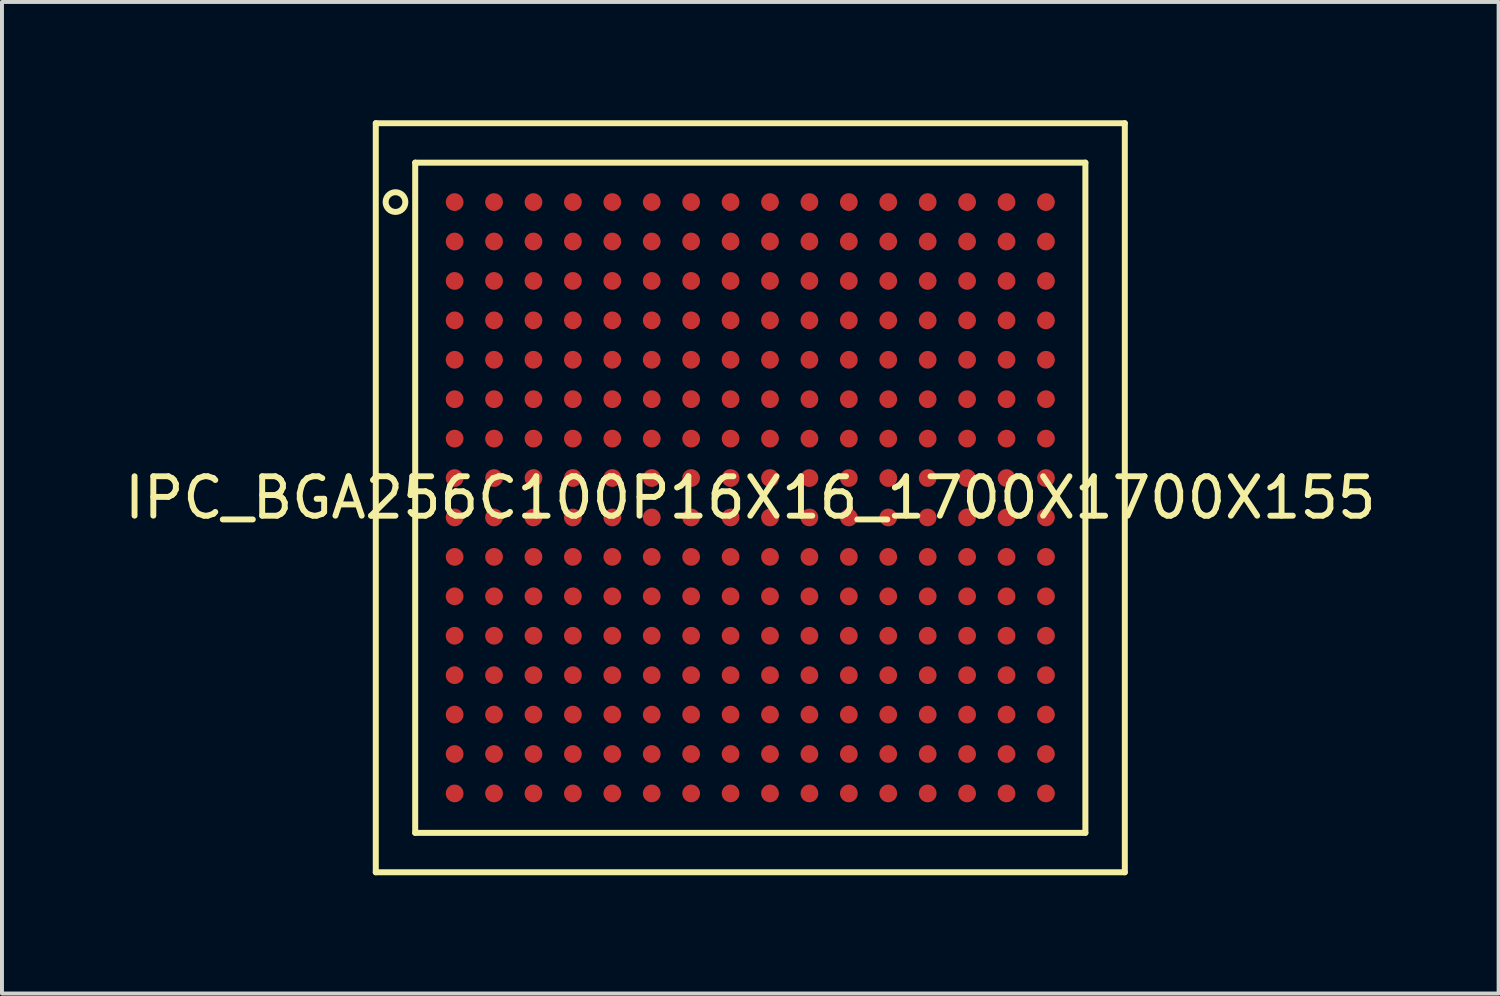
<source format=kicad_pcb>
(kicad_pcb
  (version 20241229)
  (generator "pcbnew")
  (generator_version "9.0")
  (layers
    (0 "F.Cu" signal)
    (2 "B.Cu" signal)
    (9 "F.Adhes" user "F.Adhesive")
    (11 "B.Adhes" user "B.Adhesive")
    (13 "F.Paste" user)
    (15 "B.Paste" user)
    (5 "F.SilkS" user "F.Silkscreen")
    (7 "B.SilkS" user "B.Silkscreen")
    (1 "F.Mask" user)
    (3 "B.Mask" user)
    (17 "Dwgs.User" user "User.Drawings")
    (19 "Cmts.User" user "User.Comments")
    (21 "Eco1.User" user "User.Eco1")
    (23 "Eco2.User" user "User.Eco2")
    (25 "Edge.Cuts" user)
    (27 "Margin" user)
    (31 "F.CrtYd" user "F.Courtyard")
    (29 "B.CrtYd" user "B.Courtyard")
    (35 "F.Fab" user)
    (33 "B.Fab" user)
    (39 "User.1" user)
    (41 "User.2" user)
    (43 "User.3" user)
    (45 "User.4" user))
  (footprint "IPC_BGA256C100P16X16_1700X1700X155"
    (layer "F.Cu")
    (at 15.982 9.576)
    (property "Reference" "IPC_BGA256C100P16X16_1700X1700X155" (at 0 0 0) (layer "F.SilkS") (effects (font (size 1 1) (thickness 0.15))))
    (attr through_hole)
    (fp_line (start -9.5 -9.5) (end 9.5 -9.5) (stroke (width 0.152) (type solid)) (layer "F.SilkS"))
    (fp_line (start -9.5 9.5) (end -9.5 -9.5) (stroke (width 0.152) (type solid)) (layer "F.SilkS"))
    (fp_line (start -8.5 -8.5) (end 8.5 -8.5) (stroke (width 0.152) (type solid)) (layer "F.SilkS"))
    (fp_line (start -8.5 8.5) (end -8.5 -8.5) (stroke (width 0.152) (type solid)) (layer "F.SilkS"))
    (fp_line (start 8.5 -8.5) (end 8.5 8.5) (stroke (width 0.152) (type solid)) (layer "F.SilkS"))
    (fp_line (start 8.5 8.5) (end -8.5 8.5) (stroke (width 0.152) (type solid)) (layer "F.SilkS"))
    (fp_line (start 9.5 -9.5) (end 9.5 9.5) (stroke (width 0.152) (type solid)) (layer "F.SilkS"))
    (fp_line (start 9.5 9.5) (end -9.5 9.5) (stroke (width 0.152) (type solid)) (layer "F.SilkS"))
    (fp_circle (center -9 -7.5) (end -8.75 -7.5) (stroke (width 0.152) (type solid)) (fill no) (layer "F.SilkS"))
    (pad "A1" smd circle (at -7.5 -7.5) (size 0.45 0.45) (layers "F.Cu" "F.Mask" "F.Paste"))
    (pad "A2" smd circle (at -6.5 -7.5) (size 0.45 0.45) (layers "F.Cu" "F.Mask" "F.Paste"))
    (pad "A3" smd circle (at -5.5 -7.5) (size 0.45 0.45) (layers "F.Cu" "F.Mask" "F.Paste"))
    (pad "A4" smd circle (at -4.5 -7.5) (size 0.45 0.45) (layers "F.Cu" "F.Mask" "F.Paste"))
    (pad "A5" smd circle (at -3.5 -7.5) (size 0.45 0.45) (layers "F.Cu" "F.Mask" "F.Paste"))
    (pad "A6" smd circle (at -2.5 -7.5) (size 0.45 0.45) (layers "F.Cu" "F.Mask" "F.Paste"))
    (pad "A7" smd circle (at -1.5 -7.5) (size 0.45 0.45) (layers "F.Cu" "F.Mask" "F.Paste"))
    (pad "A8" smd circle (at -0.5 -7.5) (size 0.45 0.45) (layers "F.Cu" "F.Mask" "F.Paste"))
    (pad "A9" smd circle (at 0.5 -7.5) (size 0.45 0.45) (layers "F.Cu" "F.Mask" "F.Paste"))
    (pad "A10" smd circle (at 1.5 -7.5) (size 0.45 0.45) (layers "F.Cu" "F.Mask" "F.Paste"))
    (pad "A11" smd circle (at 2.5 -7.5) (size 0.45 0.45) (layers "F.Cu" "F.Mask" "F.Paste"))
    (pad "A12" smd circle (at 3.5 -7.5) (size 0.45 0.45) (layers "F.Cu" "F.Mask" "F.Paste"))
    (pad "A13" smd circle (at 4.5 -7.5) (size 0.45 0.45) (layers "F.Cu" "F.Mask" "F.Paste"))
    (pad "A14" smd circle (at 5.5 -7.5) (size 0.45 0.45) (layers "F.Cu" "F.Mask" "F.Paste"))
    (pad "A15" smd circle (at 6.5 -7.5) (size 0.45 0.45) (layers "F.Cu" "F.Mask" "F.Paste"))
    (pad "A16" smd circle (at 7.5 -7.5) (size 0.45 0.45) (layers "F.Cu" "F.Mask" "F.Paste"))
    (pad "B1" smd circle (at -7.5 -6.5) (size 0.45 0.45) (layers "F.Cu" "F.Mask" "F.Paste"))
    (pad "B2" smd circle (at -6.5 -6.5) (size 0.45 0.45) (layers "F.Cu" "F.Mask" "F.Paste"))
    (pad "B3" smd circle (at -5.5 -6.5) (size 0.45 0.45) (layers "F.Cu" "F.Mask" "F.Paste"))
    (pad "B4" smd circle (at -4.5 -6.5) (size 0.45 0.45) (layers "F.Cu" "F.Mask" "F.Paste"))
    (pad "B5" smd circle (at -3.5 -6.5) (size 0.45 0.45) (layers "F.Cu" "F.Mask" "F.Paste"))
    (pad "B6" smd circle (at -2.5 -6.5) (size 0.45 0.45) (layers "F.Cu" "F.Mask" "F.Paste"))
    (pad "B7" smd circle (at -1.5 -6.5) (size 0.45 0.45) (layers "F.Cu" "F.Mask" "F.Paste"))
    (pad "B8" smd circle (at -0.5 -6.5) (size 0.45 0.45) (layers "F.Cu" "F.Mask" "F.Paste"))
    (pad "B9" smd circle (at 0.5 -6.5) (size 0.45 0.45) (layers "F.Cu" "F.Mask" "F.Paste"))
    (pad "B10" smd circle (at 1.5 -6.5) (size 0.45 0.45) (layers "F.Cu" "F.Mask" "F.Paste"))
    (pad "B11" smd circle (at 2.5 -6.5) (size 0.45 0.45) (layers "F.Cu" "F.Mask" "F.Paste"))
    (pad "B12" smd circle (at 3.5 -6.5) (size 0.45 0.45) (layers "F.Cu" "F.Mask" "F.Paste"))
    (pad "B13" smd circle (at 4.5 -6.5) (size 0.45 0.45) (layers "F.Cu" "F.Mask" "F.Paste"))
    (pad "B14" smd circle (at 5.5 -6.5) (size 0.45 0.45) (layers "F.Cu" "F.Mask" "F.Paste"))
    (pad "B15" smd circle (at 6.5 -6.5) (size 0.45 0.45) (layers "F.Cu" "F.Mask" "F.Paste"))
    (pad "B16" smd circle (at 7.5 -6.5) (size 0.45 0.45) (layers "F.Cu" "F.Mask" "F.Paste"))
    (pad "C1" smd circle (at -7.5 -5.5) (size 0.45 0.45) (layers "F.Cu" "F.Mask" "F.Paste"))
    (pad "C2" smd circle (at -6.5 -5.5) (size 0.45 0.45) (layers "F.Cu" "F.Mask" "F.Paste"))
    (pad "C3" smd circle (at -5.5 -5.5) (size 0.45 0.45) (layers "F.Cu" "F.Mask" "F.Paste"))
    (pad "C4" smd circle (at -4.5 -5.5) (size 0.45 0.45) (layers "F.Cu" "F.Mask" "F.Paste"))
    (pad "C5" smd circle (at -3.5 -5.5) (size 0.45 0.45) (layers "F.Cu" "F.Mask" "F.Paste"))
    (pad "C6" smd circle (at -2.5 -5.5) (size 0.45 0.45) (layers "F.Cu" "F.Mask" "F.Paste"))
    (pad "C7" smd circle (at -1.5 -5.5) (size 0.45 0.45) (layers "F.Cu" "F.Mask" "F.Paste"))
    (pad "C8" smd circle (at -0.5 -5.5) (size 0.45 0.45) (layers "F.Cu" "F.Mask" "F.Paste"))
    (pad "C9" smd circle (at 0.5 -5.5) (size 0.45 0.45) (layers "F.Cu" "F.Mask" "F.Paste"))
    (pad "C10" smd circle (at 1.5 -5.5) (size 0.45 0.45) (layers "F.Cu" "F.Mask" "F.Paste"))
    (pad "C11" smd circle (at 2.5 -5.5) (size 0.45 0.45) (layers "F.Cu" "F.Mask" "F.Paste"))
    (pad "C12" smd circle (at 3.5 -5.5) (size 0.45 0.45) (layers "F.Cu" "F.Mask" "F.Paste"))
    (pad "C13" smd circle (at 4.5 -5.5) (size 0.45 0.45) (layers "F.Cu" "F.Mask" "F.Paste"))
    (pad "C14" smd circle (at 5.5 -5.5) (size 0.45 0.45) (layers "F.Cu" "F.Mask" "F.Paste"))
    (pad "C15" smd circle (at 6.5 -5.5) (size 0.45 0.45) (layers "F.Cu" "F.Mask" "F.Paste"))
    (pad "C16" smd circle (at 7.5 -5.5) (size 0.45 0.45) (layers "F.Cu" "F.Mask" "F.Paste"))
    (pad "D1" smd circle (at -7.5 -4.5) (size 0.45 0.45) (layers "F.Cu" "F.Mask" "F.Paste"))
    (pad "D2" smd circle (at -6.5 -4.5) (size 0.45 0.45) (layers "F.Cu" "F.Mask" "F.Paste"))
    (pad "D3" smd circle (at -5.5 -4.5) (size 0.45 0.45) (layers "F.Cu" "F.Mask" "F.Paste"))
    (pad "D4" smd circle (at -4.5 -4.5) (size 0.45 0.45) (layers "F.Cu" "F.Mask" "F.Paste"))
    (pad "D5" smd circle (at -3.5 -4.5) (size 0.45 0.45) (layers "F.Cu" "F.Mask" "F.Paste"))
    (pad "D6" smd circle (at -2.5 -4.5) (size 0.45 0.45) (layers "F.Cu" "F.Mask" "F.Paste"))
    (pad "D7" smd circle (at -1.5 -4.5) (size 0.45 0.45) (layers "F.Cu" "F.Mask" "F.Paste"))
    (pad "D8" smd circle (at -0.5 -4.5) (size 0.45 0.45) (layers "F.Cu" "F.Mask" "F.Paste"))
    (pad "D9" smd circle (at 0.5 -4.5) (size 0.45 0.45) (layers "F.Cu" "F.Mask" "F.Paste"))
    (pad "D10" smd circle (at 1.5 -4.5) (size 0.45 0.45) (layers "F.Cu" "F.Mask" "F.Paste"))
    (pad "D11" smd circle (at 2.5 -4.5) (size 0.45 0.45) (layers "F.Cu" "F.Mask" "F.Paste"))
    (pad "D12" smd circle (at 3.5 -4.5) (size 0.45 0.45) (layers "F.Cu" "F.Mask" "F.Paste"))
    (pad "D13" smd circle (at 4.5 -4.5) (size 0.45 0.45) (layers "F.Cu" "F.Mask" "F.Paste"))
    (pad "D14" smd circle (at 5.5 -4.5) (size 0.45 0.45) (layers "F.Cu" "F.Mask" "F.Paste"))
    (pad "D15" smd circle (at 6.5 -4.5) (size 0.45 0.45) (layers "F.Cu" "F.Mask" "F.Paste"))
    (pad "D16" smd circle (at 7.5 -4.5) (size 0.45 0.45) (layers "F.Cu" "F.Mask" "F.Paste"))
    (pad "E1" smd circle (at -7.5 -3.5) (size 0.45 0.45) (layers "F.Cu" "F.Mask" "F.Paste"))
    (pad "E2" smd circle (at -6.5 -3.5) (size 0.45 0.45) (layers "F.Cu" "F.Mask" "F.Paste"))
    (pad "E3" smd circle (at -5.5 -3.5) (size 0.45 0.45) (layers "F.Cu" "F.Mask" "F.Paste"))
    (pad "E4" smd circle (at -4.5 -3.5) (size 0.45 0.45) (layers "F.Cu" "F.Mask" "F.Paste"))
    (pad "E5" smd circle (at -3.5 -3.5) (size 0.45 0.45) (layers "F.Cu" "F.Mask" "F.Paste"))
    (pad "E6" smd circle (at -2.5 -3.5) (size 0.45 0.45) (layers "F.Cu" "F.Mask" "F.Paste"))
    (pad "E7" smd circle (at -1.5 -3.5) (size 0.45 0.45) (layers "F.Cu" "F.Mask" "F.Paste"))
    (pad "E8" smd circle (at -0.5 -3.5) (size 0.45 0.45) (layers "F.Cu" "F.Mask" "F.Paste"))
    (pad "E9" smd circle (at 0.5 -3.5) (size 0.45 0.45) (layers "F.Cu" "F.Mask" "F.Paste"))
    (pad "E10" smd circle (at 1.5 -3.5) (size 0.45 0.45) (layers "F.Cu" "F.Mask" "F.Paste"))
    (pad "E11" smd circle (at 2.5 -3.5) (size 0.45 0.45) (layers "F.Cu" "F.Mask" "F.Paste"))
    (pad "E12" smd circle (at 3.5 -3.5) (size 0.45 0.45) (layers "F.Cu" "F.Mask" "F.Paste"))
    (pad "E13" smd circle (at 4.5 -3.5) (size 0.45 0.45) (layers "F.Cu" "F.Mask" "F.Paste"))
    (pad "E14" smd circle (at 5.5 -3.5) (size 0.45 0.45) (layers "F.Cu" "F.Mask" "F.Paste"))
    (pad "E15" smd circle (at 6.5 -3.5) (size 0.45 0.45) (layers "F.Cu" "F.Mask" "F.Paste"))
    (pad "E16" smd circle (at 7.5 -3.5) (size 0.45 0.45) (layers "F.Cu" "F.Mask" "F.Paste"))
    (pad "F1" smd circle (at -7.5 -2.5) (size 0.45 0.45) (layers "F.Cu" "F.Mask" "F.Paste"))
    (pad "F2" smd circle (at -6.5 -2.5) (size 0.45 0.45) (layers "F.Cu" "F.Mask" "F.Paste"))
    (pad "F3" smd circle (at -5.5 -2.5) (size 0.45 0.45) (layers "F.Cu" "F.Mask" "F.Paste"))
    (pad "F4" smd circle (at -4.5 -2.5) (size 0.45 0.45) (layers "F.Cu" "F.Mask" "F.Paste"))
    (pad "F5" smd circle (at -3.5 -2.5) (size 0.45 0.45) (layers "F.Cu" "F.Mask" "F.Paste"))
    (pad "F6" smd circle (at -2.5 -2.5) (size 0.45 0.45) (layers "F.Cu" "F.Mask" "F.Paste"))
    (pad "F7" smd circle (at -1.5 -2.5) (size 0.45 0.45) (layers "F.Cu" "F.Mask" "F.Paste"))
    (pad "F8" smd circle (at -0.5 -2.5) (size 0.45 0.45) (layers "F.Cu" "F.Mask" "F.Paste"))
    (pad "F9" smd circle (at 0.5 -2.5) (size 0.45 0.45) (layers "F.Cu" "F.Mask" "F.Paste"))
    (pad "F10" smd circle (at 1.5 -2.5) (size 0.45 0.45) (layers "F.Cu" "F.Mask" "F.Paste"))
    (pad "F11" smd circle (at 2.5 -2.5) (size 0.45 0.45) (layers "F.Cu" "F.Mask" "F.Paste"))
    (pad "F12" smd circle (at 3.5 -2.5) (size 0.45 0.45) (layers "F.Cu" "F.Mask" "F.Paste"))
    (pad "F13" smd circle (at 4.5 -2.5) (size 0.45 0.45) (layers "F.Cu" "F.Mask" "F.Paste"))
    (pad "F14" smd circle (at 5.5 -2.5) (size 0.45 0.45) (layers "F.Cu" "F.Mask" "F.Paste"))
    (pad "F15" smd circle (at 6.5 -2.5) (size 0.45 0.45) (layers "F.Cu" "F.Mask" "F.Paste"))
    (pad "F16" smd circle (at 7.5 -2.5) (size 0.45 0.45) (layers "F.Cu" "F.Mask" "F.Paste"))
    (pad "G1" smd circle (at -7.5 -1.5) (size 0.45 0.45) (layers "F.Cu" "F.Mask" "F.Paste"))
    (pad "G2" smd circle (at -6.5 -1.5) (size 0.45 0.45) (layers "F.Cu" "F.Mask" "F.Paste"))
    (pad "G3" smd circle (at -5.5 -1.5) (size 0.45 0.45) (layers "F.Cu" "F.Mask" "F.Paste"))
    (pad "G4" smd circle (at -4.5 -1.5) (size 0.45 0.45) (layers "F.Cu" "F.Mask" "F.Paste"))
    (pad "G5" smd circle (at -3.5 -1.5) (size 0.45 0.45) (layers "F.Cu" "F.Mask" "F.Paste"))
    (pad "G6" smd circle (at -2.5 -1.5) (size 0.45 0.45) (layers "F.Cu" "F.Mask" "F.Paste"))
    (pad "G7" smd circle (at -1.5 -1.5) (size 0.45 0.45) (layers "F.Cu" "F.Mask" "F.Paste"))
    (pad "G8" smd circle (at -0.5 -1.5) (size 0.45 0.45) (layers "F.Cu" "F.Mask" "F.Paste"))
    (pad "G9" smd circle (at 0.5 -1.5) (size 0.45 0.45) (layers "F.Cu" "F.Mask" "F.Paste"))
    (pad "G10" smd circle (at 1.5 -1.5) (size 0.45 0.45) (layers "F.Cu" "F.Mask" "F.Paste"))
    (pad "G11" smd circle (at 2.5 -1.5) (size 0.45 0.45) (layers "F.Cu" "F.Mask" "F.Paste"))
    (pad "G12" smd circle (at 3.5 -1.5) (size 0.45 0.45) (layers "F.Cu" "F.Mask" "F.Paste"))
    (pad "G13" smd circle (at 4.5 -1.5) (size 0.45 0.45) (layers "F.Cu" "F.Mask" "F.Paste"))
    (pad "G14" smd circle (at 5.5 -1.5) (size 0.45 0.45) (layers "F.Cu" "F.Mask" "F.Paste"))
    (pad "G15" smd circle (at 6.5 -1.5) (size 0.45 0.45) (layers "F.Cu" "F.Mask" "F.Paste"))
    (pad "G16" smd circle (at 7.5 -1.5) (size 0.45 0.45) (layers "F.Cu" "F.Mask" "F.Paste"))
    (pad "H1" smd circle (at -7.5 -0.5) (size 0.45 0.45) (layers "F.Cu" "F.Mask" "F.Paste"))
    (pad "H2" smd circle (at -6.5 -0.5) (size 0.45 0.45) (layers "F.Cu" "F.Mask" "F.Paste"))
    (pad "H3" smd circle (at -5.5 -0.5) (size 0.45 0.45) (layers "F.Cu" "F.Mask" "F.Paste"))
    (pad "H4" smd circle (at -4.5 -0.5) (size 0.45 0.45) (layers "F.Cu" "F.Mask" "F.Paste"))
    (pad "H5" smd circle (at -3.5 -0.5) (size 0.45 0.45) (layers "F.Cu" "F.Mask" "F.Paste"))
    (pad "H6" smd circle (at -2.5 -0.5) (size 0.45 0.45) (layers "F.Cu" "F.Mask" "F.Paste"))
    (pad "H7" smd circle (at -1.5 -0.5) (size 0.45 0.45) (layers "F.Cu" "F.Mask" "F.Paste"))
    (pad "H8" smd circle (at -0.5 -0.5) (size 0.45 0.45) (layers "F.Cu" "F.Mask" "F.Paste"))
    (pad "H9" smd circle (at 0.5 -0.5) (size 0.45 0.45) (layers "F.Cu" "F.Mask" "F.Paste"))
    (pad "H10" smd circle (at 1.5 -0.5) (size 0.45 0.45) (layers "F.Cu" "F.Mask" "F.Paste"))
    (pad "H11" smd circle (at 2.5 -0.5) (size 0.45 0.45) (layers "F.Cu" "F.Mask" "F.Paste"))
    (pad "H12" smd circle (at 3.5 -0.5) (size 0.45 0.45) (layers "F.Cu" "F.Mask" "F.Paste"))
    (pad "H13" smd circle (at 4.5 -0.5) (size 0.45 0.45) (layers "F.Cu" "F.Mask" "F.Paste"))
    (pad "H14" smd circle (at 5.5 -0.5) (size 0.45 0.45) (layers "F.Cu" "F.Mask" "F.Paste"))
    (pad "H15" smd circle (at 6.5 -0.5) (size 0.45 0.45) (layers "F.Cu" "F.Mask" "F.Paste"))
    (pad "H16" smd circle (at 7.5 -0.5) (size 0.45 0.45) (layers "F.Cu" "F.Mask" "F.Paste"))
    (pad "J1" smd circle (at -7.5 0.5) (size 0.45 0.45) (layers "F.Cu" "F.Mask" "F.Paste"))
    (pad "J2" smd circle (at -6.5 0.5) (size 0.45 0.45) (layers "F.Cu" "F.Mask" "F.Paste"))
    (pad "J3" smd circle (at -5.5 0.5) (size 0.45 0.45) (layers "F.Cu" "F.Mask" "F.Paste"))
    (pad "J4" smd circle (at -4.5 0.5) (size 0.45 0.45) (layers "F.Cu" "F.Mask" "F.Paste"))
    (pad "J5" smd circle (at -3.5 0.5) (size 0.45 0.45) (layers "F.Cu" "F.Mask" "F.Paste"))
    (pad "J6" smd circle (at -2.5 0.5) (size 0.45 0.45) (layers "F.Cu" "F.Mask" "F.Paste"))
    (pad "J7" smd circle (at -1.5 0.5) (size 0.45 0.45) (layers "F.Cu" "F.Mask" "F.Paste"))
    (pad "J8" smd circle (at -0.5 0.5) (size 0.45 0.45) (layers "F.Cu" "F.Mask" "F.Paste"))
    (pad "J9" smd circle (at 0.5 0.5) (size 0.45 0.45) (layers "F.Cu" "F.Mask" "F.Paste"))
    (pad "J10" smd circle (at 1.5 0.5) (size 0.45 0.45) (layers "F.Cu" "F.Mask" "F.Paste"))
    (pad "J11" smd circle (at 2.5 0.5) (size 0.45 0.45) (layers "F.Cu" "F.Mask" "F.Paste"))
    (pad "J12" smd circle (at 3.5 0.5) (size 0.45 0.45) (layers "F.Cu" "F.Mask" "F.Paste"))
    (pad "J13" smd circle (at 4.5 0.5) (size 0.45 0.45) (layers "F.Cu" "F.Mask" "F.Paste"))
    (pad "J14" smd circle (at 5.5 0.5) (size 0.45 0.45) (layers "F.Cu" "F.Mask" "F.Paste"))
    (pad "J15" smd circle (at 6.5 0.5) (size 0.45 0.45) (layers "F.Cu" "F.Mask" "F.Paste"))
    (pad "J16" smd circle (at 7.5 0.5) (size 0.45 0.45) (layers "F.Cu" "F.Mask" "F.Paste"))
    (pad "K1" smd circle (at -7.5 1.5) (size 0.45 0.45) (layers "F.Cu" "F.Mask" "F.Paste"))
    (pad "K2" smd circle (at -6.5 1.5) (size 0.45 0.45) (layers "F.Cu" "F.Mask" "F.Paste"))
    (pad "K3" smd circle (at -5.5 1.5) (size 0.45 0.45) (layers "F.Cu" "F.Mask" "F.Paste"))
    (pad "K4" smd circle (at -4.5 1.5) (size 0.45 0.45) (layers "F.Cu" "F.Mask" "F.Paste"))
    (pad "K5" smd circle (at -3.5 1.5) (size 0.45 0.45) (layers "F.Cu" "F.Mask" "F.Paste"))
    (pad "K6" smd circle (at -2.5 1.5) (size 0.45 0.45) (layers "F.Cu" "F.Mask" "F.Paste"))
    (pad "K7" smd circle (at -1.5 1.5) (size 0.45 0.45) (layers "F.Cu" "F.Mask" "F.Paste"))
    (pad "K8" smd circle (at -0.5 1.5) (size 0.45 0.45) (layers "F.Cu" "F.Mask" "F.Paste"))
    (pad "K9" smd circle (at 0.5 1.5) (size 0.45 0.45) (layers "F.Cu" "F.Mask" "F.Paste"))
    (pad "K10" smd circle (at 1.5 1.5) (size 0.45 0.45) (layers "F.Cu" "F.Mask" "F.Paste"))
    (pad "K11" smd circle (at 2.5 1.5) (size 0.45 0.45) (layers "F.Cu" "F.Mask" "F.Paste"))
    (pad "K12" smd circle (at 3.5 1.5) (size 0.45 0.45) (layers "F.Cu" "F.Mask" "F.Paste"))
    (pad "K13" smd circle (at 4.5 1.5) (size 0.45 0.45) (layers "F.Cu" "F.Mask" "F.Paste"))
    (pad "K14" smd circle (at 5.5 1.5) (size 0.45 0.45) (layers "F.Cu" "F.Mask" "F.Paste"))
    (pad "K15" smd circle (at 6.5 1.5) (size 0.45 0.45) (layers "F.Cu" "F.Mask" "F.Paste"))
    (pad "K16" smd circle (at 7.5 1.5) (size 0.45 0.45) (layers "F.Cu" "F.Mask" "F.Paste"))
    (pad "L1" smd circle (at -7.5 2.5) (size 0.45 0.45) (layers "F.Cu" "F.Mask" "F.Paste"))
    (pad "L2" smd circle (at -6.5 2.5) (size 0.45 0.45) (layers "F.Cu" "F.Mask" "F.Paste"))
    (pad "L3" smd circle (at -5.5 2.5) (size 0.45 0.45) (layers "F.Cu" "F.Mask" "F.Paste"))
    (pad "L4" smd circle (at -4.5 2.5) (size 0.45 0.45) (layers "F.Cu" "F.Mask" "F.Paste"))
    (pad "L5" smd circle (at -3.5 2.5) (size 0.45 0.45) (layers "F.Cu" "F.Mask" "F.Paste"))
    (pad "L6" smd circle (at -2.5 2.5) (size 0.45 0.45) (layers "F.Cu" "F.Mask" "F.Paste"))
    (pad "L7" smd circle (at -1.5 2.5) (size 0.45 0.45) (layers "F.Cu" "F.Mask" "F.Paste"))
    (pad "L8" smd circle (at -0.5 2.5) (size 0.45 0.45) (layers "F.Cu" "F.Mask" "F.Paste"))
    (pad "L9" smd circle (at 0.5 2.5) (size 0.45 0.45) (layers "F.Cu" "F.Mask" "F.Paste"))
    (pad "L10" smd circle (at 1.5 2.5) (size 0.45 0.45) (layers "F.Cu" "F.Mask" "F.Paste"))
    (pad "L11" smd circle (at 2.5 2.5) (size 0.45 0.45) (layers "F.Cu" "F.Mask" "F.Paste"))
    (pad "L12" smd circle (at 3.5 2.5) (size 0.45 0.45) (layers "F.Cu" "F.Mask" "F.Paste"))
    (pad "L13" smd circle (at 4.5 2.5) (size 0.45 0.45) (layers "F.Cu" "F.Mask" "F.Paste"))
    (pad "L14" smd circle (at 5.5 2.5) (size 0.45 0.45) (layers "F.Cu" "F.Mask" "F.Paste"))
    (pad "L15" smd circle (at 6.5 2.5) (size 0.45 0.45) (layers "F.Cu" "F.Mask" "F.Paste"))
    (pad "L16" smd circle (at 7.5 2.5) (size 0.45 0.45) (layers "F.Cu" "F.Mask" "F.Paste"))
    (pad "M1" smd circle (at -7.5 3.5) (size 0.45 0.45) (layers "F.Cu" "F.Mask" "F.Paste"))
    (pad "M2" smd circle (at -6.5 3.5) (size 0.45 0.45) (layers "F.Cu" "F.Mask" "F.Paste"))
    (pad "M3" smd circle (at -5.5 3.5) (size 0.45 0.45) (layers "F.Cu" "F.Mask" "F.Paste"))
    (pad "M4" smd circle (at -4.5 3.5) (size 0.45 0.45) (layers "F.Cu" "F.Mask" "F.Paste"))
    (pad "M5" smd circle (at -3.5 3.5) (size 0.45 0.45) (layers "F.Cu" "F.Mask" "F.Paste"))
    (pad "M6" smd circle (at -2.5 3.5) (size 0.45 0.45) (layers "F.Cu" "F.Mask" "F.Paste"))
    (pad "M7" smd circle (at -1.5 3.5) (size 0.45 0.45) (layers "F.Cu" "F.Mask" "F.Paste"))
    (pad "M8" smd circle (at -0.5 3.5) (size 0.45 0.45) (layers "F.Cu" "F.Mask" "F.Paste"))
    (pad "M9" smd circle (at 0.5 3.5) (size 0.45 0.45) (layers "F.Cu" "F.Mask" "F.Paste"))
    (pad "M10" smd circle (at 1.5 3.5) (size 0.45 0.45) (layers "F.Cu" "F.Mask" "F.Paste"))
    (pad "M11" smd circle (at 2.5 3.5) (size 0.45 0.45) (layers "F.Cu" "F.Mask" "F.Paste"))
    (pad "M12" smd circle (at 3.5 3.5) (size 0.45 0.45) (layers "F.Cu" "F.Mask" "F.Paste"))
    (pad "M13" smd circle (at 4.5 3.5) (size 0.45 0.45) (layers "F.Cu" "F.Mask" "F.Paste"))
    (pad "M14" smd circle (at 5.5 3.5) (size 0.45 0.45) (layers "F.Cu" "F.Mask" "F.Paste"))
    (pad "M15" smd circle (at 6.5 3.5) (size 0.45 0.45) (layers "F.Cu" "F.Mask" "F.Paste"))
    (pad "M16" smd circle (at 7.5 3.5) (size 0.45 0.45) (layers "F.Cu" "F.Mask" "F.Paste"))
    (pad "N1" smd circle (at -7.5 4.5) (size 0.45 0.45) (layers "F.Cu" "F.Mask" "F.Paste"))
    (pad "N2" smd circle (at -6.5 4.5) (size 0.45 0.45) (layers "F.Cu" "F.Mask" "F.Paste"))
    (pad "N3" smd circle (at -5.5 4.5) (size 0.45 0.45) (layers "F.Cu" "F.Mask" "F.Paste"))
    (pad "N4" smd circle (at -4.5 4.5) (size 0.45 0.45) (layers "F.Cu" "F.Mask" "F.Paste"))
    (pad "N5" smd circle (at -3.5 4.5) (size 0.45 0.45) (layers "F.Cu" "F.Mask" "F.Paste"))
    (pad "N6" smd circle (at -2.5 4.5) (size 0.45 0.45) (layers "F.Cu" "F.Mask" "F.Paste"))
    (pad "N7" smd circle (at -1.5 4.5) (size 0.45 0.45) (layers "F.Cu" "F.Mask" "F.Paste"))
    (pad "N8" smd circle (at -0.5 4.5) (size 0.45 0.45) (layers "F.Cu" "F.Mask" "F.Paste"))
    (pad "N9" smd circle (at 0.5 4.5) (size 0.45 0.45) (layers "F.Cu" "F.Mask" "F.Paste"))
    (pad "N10" smd circle (at 1.5 4.5) (size 0.45 0.45) (layers "F.Cu" "F.Mask" "F.Paste"))
    (pad "N11" smd circle (at 2.5 4.5) (size 0.45 0.45) (layers "F.Cu" "F.Mask" "F.Paste"))
    (pad "N12" smd circle (at 3.5 4.5) (size 0.45 0.45) (layers "F.Cu" "F.Mask" "F.Paste"))
    (pad "N13" smd circle (at 4.5 4.5) (size 0.45 0.45) (layers "F.Cu" "F.Mask" "F.Paste"))
    (pad "N14" smd circle (at 5.5 4.5) (size 0.45 0.45) (layers "F.Cu" "F.Mask" "F.Paste"))
    (pad "N15" smd circle (at 6.5 4.5) (size 0.45 0.45) (layers "F.Cu" "F.Mask" "F.Paste"))
    (pad "N16" smd circle (at 7.5 4.5) (size 0.45 0.45) (layers "F.Cu" "F.Mask" "F.Paste"))
    (pad "P1" smd circle (at -7.5 5.5) (size 0.45 0.45) (layers "F.Cu" "F.Mask" "F.Paste"))
    (pad "P2" smd circle (at -6.5 5.5) (size 0.45 0.45) (layers "F.Cu" "F.Mask" "F.Paste"))
    (pad "P3" smd circle (at -5.5 5.5) (size 0.45 0.45) (layers "F.Cu" "F.Mask" "F.Paste"))
    (pad "P4" smd circle (at -4.5 5.5) (size 0.45 0.45) (layers "F.Cu" "F.Mask" "F.Paste"))
    (pad "P5" smd circle (at -3.5 5.5) (size 0.45 0.45) (layers "F.Cu" "F.Mask" "F.Paste"))
    (pad "P6" smd circle (at -2.5 5.5) (size 0.45 0.45) (layers "F.Cu" "F.Mask" "F.Paste"))
    (pad "P7" smd circle (at -1.5 5.5) (size 0.45 0.45) (layers "F.Cu" "F.Mask" "F.Paste"))
    (pad "P8" smd circle (at -0.5 5.5) (size 0.45 0.45) (layers "F.Cu" "F.Mask" "F.Paste"))
    (pad "P9" smd circle (at 0.5 5.5) (size 0.45 0.45) (layers "F.Cu" "F.Mask" "F.Paste"))
    (pad "P10" smd circle (at 1.5 5.5) (size 0.45 0.45) (layers "F.Cu" "F.Mask" "F.Paste"))
    (pad "P11" smd circle (at 2.5 5.5) (size 0.45 0.45) (layers "F.Cu" "F.Mask" "F.Paste"))
    (pad "P12" smd circle (at 3.5 5.5) (size 0.45 0.45) (layers "F.Cu" "F.Mask" "F.Paste"))
    (pad "P13" smd circle (at 4.5 5.5) (size 0.45 0.45) (layers "F.Cu" "F.Mask" "F.Paste"))
    (pad "P14" smd circle (at 5.5 5.5) (size 0.45 0.45) (layers "F.Cu" "F.Mask" "F.Paste"))
    (pad "P15" smd circle (at 6.5 5.5) (size 0.45 0.45) (layers "F.Cu" "F.Mask" "F.Paste"))
    (pad "P16" smd circle (at 7.5 5.5) (size 0.45 0.45) (layers "F.Cu" "F.Mask" "F.Paste"))
    (pad "R1" smd circle (at -7.5 6.5) (size 0.45 0.45) (layers "F.Cu" "F.Mask" "F.Paste"))
    (pad "R2" smd circle (at -6.5 6.5) (size 0.45 0.45) (layers "F.Cu" "F.Mask" "F.Paste"))
    (pad "R3" smd circle (at -5.5 6.5) (size 0.45 0.45) (layers "F.Cu" "F.Mask" "F.Paste"))
    (pad "R4" smd circle (at -4.5 6.5) (size 0.45 0.45) (layers "F.Cu" "F.Mask" "F.Paste"))
    (pad "R5" smd circle (at -3.5 6.5) (size 0.45 0.45) (layers "F.Cu" "F.Mask" "F.Paste"))
    (pad "R6" smd circle (at -2.5 6.5) (size 0.45 0.45) (layers "F.Cu" "F.Mask" "F.Paste"))
    (pad "R7" smd circle (at -1.5 6.5) (size 0.45 0.45) (layers "F.Cu" "F.Mask" "F.Paste"))
    (pad "R8" smd circle (at -0.5 6.5) (size 0.45 0.45) (layers "F.Cu" "F.Mask" "F.Paste"))
    (pad "R9" smd circle (at 0.5 6.5) (size 0.45 0.45) (layers "F.Cu" "F.Mask" "F.Paste"))
    (pad "R10" smd circle (at 1.5 6.5) (size 0.45 0.45) (layers "F.Cu" "F.Mask" "F.Paste"))
    (pad "R11" smd circle (at 2.5 6.5) (size 0.45 0.45) (layers "F.Cu" "F.Mask" "F.Paste"))
    (pad "R12" smd circle (at 3.5 6.5) (size 0.45 0.45) (layers "F.Cu" "F.Mask" "F.Paste"))
    (pad "R13" smd circle (at 4.5 6.5) (size 0.45 0.45) (layers "F.Cu" "F.Mask" "F.Paste"))
    (pad "R14" smd circle (at 5.5 6.5) (size 0.45 0.45) (layers "F.Cu" "F.Mask" "F.Paste"))
    (pad "R15" smd circle (at 6.5 6.5) (size 0.45 0.45) (layers "F.Cu" "F.Mask" "F.Paste"))
    (pad "R16" smd circle (at 7.5 6.5) (size 0.45 0.45) (layers "F.Cu" "F.Mask" "F.Paste"))
    (pad "T1" smd circle (at -7.5 7.5) (size 0.45 0.45) (layers "F.Cu" "F.Mask" "F.Paste"))
    (pad "T2" smd circle (at -6.5 7.5) (size 0.45 0.45) (layers "F.Cu" "F.Mask" "F.Paste"))
    (pad "T3" smd circle (at -5.5 7.5) (size 0.45 0.45) (layers "F.Cu" "F.Mask" "F.Paste"))
    (pad "T4" smd circle (at -4.5 7.5) (size 0.45 0.45) (layers "F.Cu" "F.Mask" "F.Paste"))
    (pad "T5" smd circle (at -3.5 7.5) (size 0.45 0.45) (layers "F.Cu" "F.Mask" "F.Paste"))
    (pad "T6" smd circle (at -2.5 7.5) (size 0.45 0.45) (layers "F.Cu" "F.Mask" "F.Paste"))
    (pad "T7" smd circle (at -1.5 7.5) (size 0.45 0.45) (layers "F.Cu" "F.Mask" "F.Paste"))
    (pad "T8" smd circle (at -0.5 7.5) (size 0.45 0.45) (layers "F.Cu" "F.Mask" "F.Paste"))
    (pad "T9" smd circle (at 0.5 7.5) (size 0.45 0.45) (layers "F.Cu" "F.Mask" "F.Paste"))
    (pad "T10" smd circle (at 1.5 7.5) (size 0.45 0.45) (layers "F.Cu" "F.Mask" "F.Paste"))
    (pad "T11" smd circle (at 2.5 7.5) (size 0.45 0.45) (layers "F.Cu" "F.Mask" "F.Paste"))
    (pad "T12" smd circle (at 3.5 7.5) (size 0.45 0.45) (layers "F.Cu" "F.Mask" "F.Paste"))
    (pad "T13" smd circle (at 4.5 7.5) (size 0.45 0.45) (layers "F.Cu" "F.Mask" "F.Paste"))
    (pad "T14" smd circle (at 5.5 7.5) (size 0.45 0.45) (layers "F.Cu" "F.Mask" "F.Paste"))
    (pad "T15" smd circle (at 6.5 7.5) (size 0.45 0.45) (layers "F.Cu" "F.Mask" "F.Paste"))
    (pad "T16" smd circle (at 7.5 7.5) (size 0.45 0.45) (layers "F.Cu" "F.Mask" "F.Paste")))
  (gr_rect
    (start -3 -3)
    (end 34.964 22.152)
    (stroke (width 0.1) (type default))
    (fill no)
    (layer "Edge.Cuts")))
</source>
